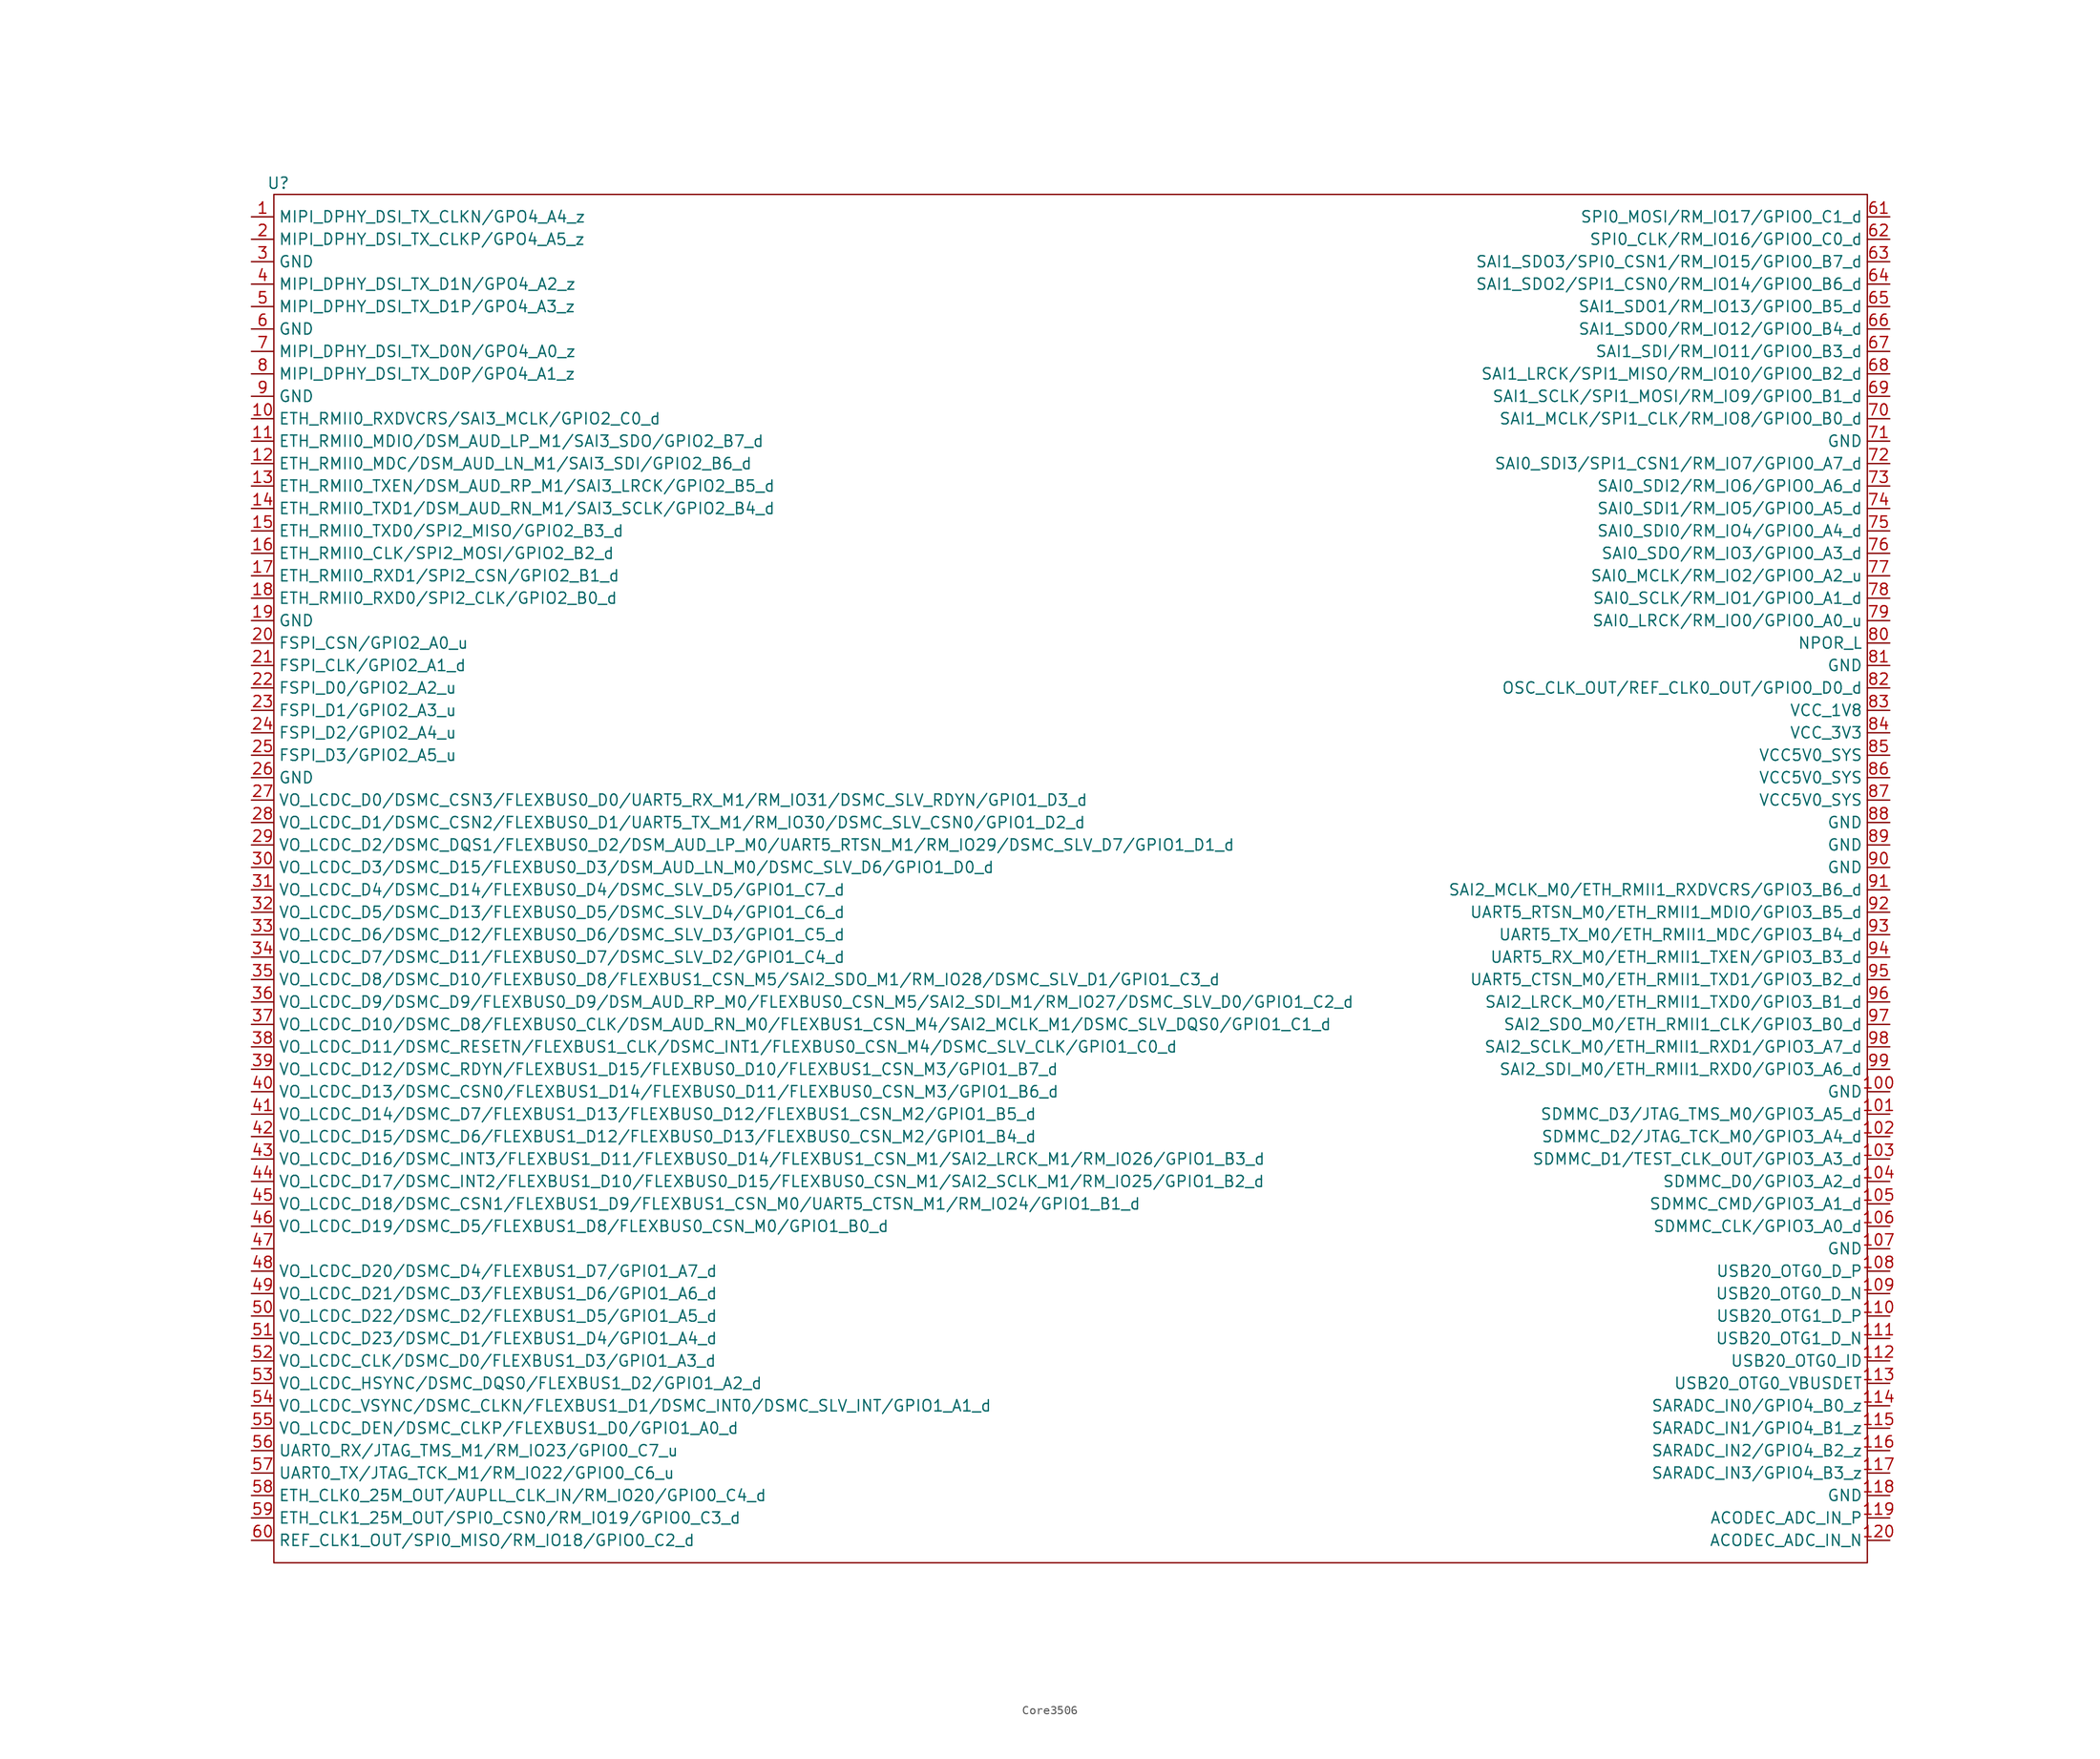
<source format=kicad_sym>
(kicad_symbol_lib
  (version 20241209)
  (generator "kicad_symbol_editor")
  (generator_version "9.0")
  (symbol "Core3506"
    (property "Reference" "U"
      (at 8.128 153.67 0)
      (effects (font (size 1.27 1.27))))
    (property "Value" ""
      (at 0 0 0)
      (effects (font (size 1.27 1.27))))
    (symbol "Core3506_0_0"
      (pin free line (at 5.08 149.86 0) (length 2.54) (name "MIPI_DPHY_DSI_TX_CLKN/GPO4_A4_z" (effects (font (size 1.27 1.27)))) (number "1" (effects (font (size 1.27 1.27)))))
      (pin free line (at 5.08 147.32 0) (length 2.54) (name "MIPI_DPHY_DSI_TX_CLKP/GPO4_A5_z" (effects (font (size 1.27 1.27)))) (number "2" (effects (font (size 1.27 1.27)))))
      (pin free line (at 5.08 144.78 0) (length 2.54) (name "GND" (effects (font (size 1.27 1.27)))) (number "3" (effects (font (size 1.27 1.27)))))
      (pin free line (at 5.08 142.24 0) (length 2.54) (name "MIPI_DPHY_DSI_TX_D1N/GPO4_A2_z" (effects (font (size 1.27 1.27)))) (number "4" (effects (font (size 1.27 1.27)))))
      (pin free line (at 5.08 139.7 0) (length 2.54) (name "MIPI_DPHY_DSI_TX_D1P/GPO4_A3_z" (effects (font (size 1.27 1.27)))) (number "5" (effects (font (size 1.27 1.27)))))
      (pin free line (at 5.08 137.16 0) (length 2.54) (name "GND" (effects (font (size 1.27 1.27)))) (number "6" (effects (font (size 1.27 1.27)))))
      (pin free line (at 5.08 134.62 0) (length 2.54) (name "MIPI_DPHY_DSI_TX_D0N/GPO4_A0_z" (effects (font (size 1.27 1.27)))) (number "7" (effects (font (size 1.27 1.27)))))
      (pin free line (at 5.08 132.08 0) (length 2.54) (name "MIPI_DPHY_DSI_TX_D0P/GPO4_A1_z" (effects (font (size 1.27 1.27)))) (number "8" (effects (font (size 1.27 1.27)))))
      (pin free line (at 5.08 129.54 0) (length 2.54) (name "GND" (effects (font (size 1.27 1.27)))) (number "9" (effects (font (size 1.27 1.27)))))
      (pin free line (at 5.08 127 0) (length 2.54) (name "ETH_RMII0_RXDVCRS/SAI3_MCLK/GPIO2_C0_d" (effects (font (size 1.27 1.27)))) (number "10" (effects (font (size 1.27 1.27)))))
      (pin free line (at 5.08 124.46 0) (length 2.54) (name "ETH_RMII0_MDIO/DSM_AUD_LP_M1/SAI3_SDO/GPIO2_B7_d" (effects (font (size 1.27 1.27)))) (number "11" (effects (font (size 1.27 1.27)))))
      (pin free line (at 5.08 121.92 0) (length 2.54) (name "ETH_RMII0_MDC/DSM_AUD_LN_M1/SAI3_SDI/GPIO2_B6_d" (effects (font (size 1.27 1.27)))) (number "12" (effects (font (size 1.27 1.27)))))
      (pin free line (at 5.08 119.38 0) (length 2.54) (name "ETH_RMII0_TXEN/DSM_AUD_RP_M1/SAI3_LRCK/GPIO2_B5_d" (effects (font (size 1.27 1.27)))) (number "13" (effects (font (size 1.27 1.27)))))
      (pin free line (at 5.08 116.84 0) (length 2.54) (name "ETH_RMII0_TXD1/DSM_AUD_RN_M1/SAI3_SCLK/GPIO2_B4_d" (effects (font (size 1.27 1.27)))) (number "14" (effects (font (size 1.27 1.27)))))
      (pin free line (at 5.08 114.3 0) (length 2.54) (name "ETH_RMII0_TXD0/SPI2_MISO/GPIO2_B3_d" (effects (font (size 1.27 1.27)))) (number "15" (effects (font (size 1.27 1.27)))))
      (pin free line (at 5.08 111.76 0) (length 2.54) (name "ETH_RMII0_CLK/SPI2_MOSI/GPIO2_B2_d" (effects (font (size 1.27 1.27)))) (number "16" (effects (font (size 1.27 1.27)))))
      (pin free line (at 5.08 109.22 0) (length 2.54) (name "ETH_RMII0_RXD1/SPI2_CSN/GPIO2_B1_d" (effects (font (size 1.27 1.27)))) (number "17" (effects (font (size 1.27 1.27)))))
      (pin free line (at 5.08 106.68 0) (length 2.54) (name "ETH_RMII0_RXD0/SPI2_CLK/GPIO2_B0_d" (effects (font (size 1.27 1.27)))) (number "18" (effects (font (size 1.27 1.27)))))
      (pin free line (at 5.08 104.14 0) (length 2.54) (name "GND" (effects (font (size 1.27 1.27)))) (number "19" (effects (font (size 1.27 1.27)))))
      (pin free line (at 5.08 101.6 0) (length 2.54) (name "FSPI_CSN/GPIO2_A0_u" (effects (font (size 1.27 1.27)))) (number "20" (effects (font (size 1.27 1.27)))))
      (pin free line (at 5.08 99.06 0) (length 2.54) (name "FSPI_CLK/GPIO2_A1_d" (effects (font (size 1.27 1.27)))) (number "21" (effects (font (size 1.27 1.27)))))
      (pin free line (at 5.08 96.52 0) (length 2.54) (name "FSPI_D0/GPIO2_A2_u" (effects (font (size 1.27 1.27)))) (number "22" (effects (font (size 1.27 1.27)))))
      (pin free line (at 5.08 93.98 0) (length 2.54) (name "FSPI_D1/GPIO2_A3_u" (effects (font (size 1.27 1.27)))) (number "23" (effects (font (size 1.27 1.27)))))
      (pin free line (at 5.08 91.44 0) (length 2.54) (name "FSPI_D2/GPIO2_A4_u" (effects (font (size 1.27 1.27)))) (number "24" (effects (font (size 1.27 1.27)))))
      (pin free line (at 5.08 88.9 0) (length 2.54) (name "FSPI_D3/GPIO2_A5_u" (effects (font (size 1.27 1.27)))) (number "25" (effects (font (size 1.27 1.27)))))
      (pin free line (at 5.08 86.36 0) (length 2.54) (name "GND" (effects (font (size 1.27 1.27)))) (number "26" (effects (font (size 1.27 1.27)))))
      (pin free line (at 5.08 83.82 0) (length 2.54) (name "VO_LCDC_D0/DSMC_CSN3/FLEXBUS0_D0/UART5_RX_M1/RM_IO31/DSMC_SLV_RDYN/GPIO1_D3_d" (effects (font (size 1.27 1.27)))) (number "27" (effects (font (size 1.27 1.27)))))
      (pin free line (at 5.08 81.28 0) (length 2.54) (name "VO_LCDC_D1/DSMC_CSN2/FLEXBUS0_D1/UART5_TX_M1/RM_IO30/DSMC_SLV_CSN0/GPIO1_D2_d" (effects (font (size 1.27 1.27)))) (number "28" (effects (font (size 1.27 1.27)))))
      (pin free line (at 5.08 78.74 0) (length 2.54) (name "VO_LCDC_D2/DSMC_DQS1/FLEXBUS0_D2/DSM_AUD_LP_M0/UART5_RTSN_M1/RM_IO29/DSMC_SLV_D7/GPIO1_D1_d" (effects (font (size 1.27 1.27)))) (number "29" (effects (font (size 1.27 1.27)))))
      (pin free line (at 5.08 76.2 0) (length 2.54) (name "VO_LCDC_D3/DSMC_D15/FLEXBUS0_D3/DSM_AUD_LN_M0/DSMC_SLV_D6/GPIO1_D0_d" (effects (font (size 1.27 1.27)))) (number "30" (effects (font (size 1.27 1.27)))))
      (pin free line (at 5.08 73.66 0) (length 2.54) (name "VO_LCDC_D4/DSMC_D14/FLEXBUS0_D4/DSMC_SLV_D5/GPIO1_C7_d" (effects (font (size 1.27 1.27)))) (number "31" (effects (font (size 1.27 1.27)))))
      (pin free line (at 5.08 71.12 0) (length 2.54) (name "VO_LCDC_D5/DSMC_D13/FLEXBUS0_D5/DSMC_SLV_D4/GPIO1_C6_d" (effects (font (size 1.27 1.27)))) (number "32" (effects (font (size 1.27 1.27)))))
      (pin free line (at 5.08 68.58 0) (length 2.54) (name "VO_LCDC_D6/DSMC_D12/FLEXBUS0_D6/DSMC_SLV_D3/GPIO1_C5_d" (effects (font (size 1.27 1.27)))) (number "33" (effects (font (size 1.27 1.27)))))
      (pin free line (at 5.08 66.04 0) (length 2.54) (name "VO_LCDC_D7/DSMC_D11/FLEXBUS0_D7/DSMC_SLV_D2/GPIO1_C4_d" (effects (font (size 1.27 1.27)))) (number "34" (effects (font (size 1.27 1.27)))))
      (pin free line (at 5.08 63.5 0) (length 2.54) (name "VO_LCDC_D8/DSMC_D10/FLEXBUS0_D8/FLEXBUS1_CSN_M5/SAI2_SDO_M1/RM_IO28/DSMC_SLV_D1/GPIO1_C3_d" (effects (font (size 1.27 1.27)))) (number "35" (effects (font (size 1.27 1.27)))))
      (pin free line (at 5.08 60.96 0) (length 2.54) (name "VO_LCDC_D9/DSMC_D9/FLEXBUS0_D9/DSM_AUD_RP_M0/FLEXBUS0_CSN_M5/SAI2_SDI_M1/RM_IO27/DSMC_SLV_D0/GPIO1_C2_d" (effects (font (size 1.27 1.27)))) (number "36" (effects (font (size 1.27 1.27)))))
      (pin free line (at 5.08 58.42 0) (length 2.54) (name "VO_LCDC_D10/DSMC_D8/FLEXBUS0_CLK/DSM_AUD_RN_M0/FLEXBUS1_CSN_M4/SAI2_MCLK_M1/DSMC_SLV_DQS0/GPIO1_C1_d" (effects (font (size 1.27 1.27)))) (number "37" (effects (font (size 1.27 1.27)))))
      (pin free line (at 5.08 55.88 0) (length 2.54) (name "VO_LCDC_D11/DSMC_RESETN/FLEXBUS1_CLK/DSMC_INT1/FLEXBUS0_CSN_M4/DSMC_SLV_CLK/GPIO1_C0_d" (effects (font (size 1.27 1.27)))) (number "38" (effects (font (size 1.27 1.27)))))
      (pin free line (at 5.08 53.34 0) (length 2.54) (name "VO_LCDC_D12/DSMC_RDYN/FLEXBUS1_D15/FLEXBUS0_D10/FLEXBUS1_CSN_M3/GPIO1_B7_d" (effects (font (size 1.27 1.27)))) (number "39" (effects (font (size 1.27 1.27)))))
      (pin free line (at 5.08 50.8 0) (length 2.54) (name "VO_LCDC_D13/DSMC_CSN0/FLEXBUS1_D14/FLEXBUS0_D11/FLEXBUS0_CSN_M3/GPIO1_B6_d" (effects (font (size 1.27 1.27)))) (number "40" (effects (font (size 1.27 1.27)))))
      (pin free line (at 5.08 48.26 0) (length 2.54) (name "VO_LCDC_D14/DSMC_D7/FLEXBUS1_D13/FLEXBUS0_D12/FLEXBUS1_CSN_M2/GPIO1_B5_d" (effects (font (size 1.27 1.27)))) (number "41" (effects (font (size 1.27 1.27)))))
      (pin free line (at 5.08 45.72 0) (length 2.54) (name "VO_LCDC_D15/DSMC_D6/FLEXBUS1_D12/FLEXBUS0_D13/FLEXBUS0_CSN_M2/GPIO1_B4_d" (effects (font (size 1.27 1.27)))) (number "42" (effects (font (size 1.27 1.27)))))
      (pin free line (at 5.08 43.18 0) (length 2.54) (name "VO_LCDC_D16/DSMC_INT3/FLEXBUS1_D11/FLEXBUS0_D14/FLEXBUS1_CSN_M1/SAI2_LRCK_M1/RM_IO26/GPIO1_B3_d" (effects (font (size 1.27 1.27)))) (number "43" (effects (font (size 1.27 1.27)))))
      (pin free line (at 5.08 40.64 0) (length 2.54) (name "VO_LCDC_D17/DSMC_INT2/FLEXBUS1_D10/FLEXBUS0_D15/FLEXBUS0_CSN_M1/SAI2_SCLK_M1/RM_IO25/GPIO1_B2_d" (effects (font (size 1.27 1.27)))) (number "44" (effects (font (size 1.27 1.27)))))
      (pin free line (at 5.08 38.1 0) (length 2.54) (name "VO_LCDC_D18/DSMC_CSN1/FLEXBUS1_D9/FLEXBUS1_CSN_M0/UART5_CTSN_M1/RM_IO24/GPIO1_B1_d" (effects (font (size 1.27 1.27)))) (number "45" (effects (font (size 1.27 1.27)))))
      (pin free line (at 5.08 35.56 0) (length 2.54) (name "VO_LCDC_D19/DSMC_D5/FLEXBUS1_D8/FLEXBUS0_CSN_M0/GPIO1_B0_d" (effects (font (size 1.27 1.27)))) (number "46" (effects (font (size 1.27 1.27)))))
      (pin free line (at 5.08 33.02 0) (length 2.54) (name "" (effects (font (size 1.27 1.27)))) (number "47" (effects (font (size 1.27 1.27)))))
      (pin free line (at 5.08 30.48 0) (length 2.54) (name "VO_LCDC_D20/DSMC_D4/FLEXBUS1_D7/GPIO1_A7_d" (effects (font (size 1.27 1.27)))) (number "48" (effects (font (size 1.27 1.27)))))
      (pin free line (at 5.08 27.94 0) (length 2.54) (name "VO_LCDC_D21/DSMC_D3/FLEXBUS1_D6/GPIO1_A6_d" (effects (font (size 1.27 1.27)))) (number "49" (effects (font (size 1.27 1.27)))))
      (pin free line (at 5.08 25.4 0) (length 2.54) (name "VO_LCDC_D22/DSMC_D2/FLEXBUS1_D5/GPIO1_A5_d" (effects (font (size 1.27 1.27)))) (number "50" (effects (font (size 1.27 1.27)))))
      (pin free line (at 5.08 22.86 0) (length 2.54) (name "VO_LCDC_D23/DSMC_D1/FLEXBUS1_D4/GPIO1_A4_d" (effects (font (size 1.27 1.27)))) (number "51" (effects (font (size 1.27 1.27)))))
      (pin free line (at 5.08 20.32 0) (length 2.54) (name "VO_LCDC_CLK/DSMC_D0/FLEXBUS1_D3/GPIO1_A3_d" (effects (font (size 1.27 1.27)))) (number "52" (effects (font (size 1.27 1.27)))))
      (pin free line (at 5.08 17.78 0) (length 2.54) (name "VO_LCDC_HSYNC/DSMC_DQS0/FLEXBUS1_D2/GPIO1_A2_d" (effects (font (size 1.27 1.27)))) (number "53" (effects (font (size 1.27 1.27)))))
      (pin free line (at 5.08 15.24 0) (length 2.54) (name "VO_LCDC_VSYNC/DSMC_CLKN/FLEXBUS1_D1/DSMC_INT0/DSMC_SLV_INT/GPIO1_A1_d" (effects (font (size 1.27 1.27)))) (number "54" (effects (font (size 1.27 1.27)))))
      (pin free line (at 5.08 12.7 0) (length 2.54) (name "VO_LCDC_DEN/DSMC_CLKP/FLEXBUS1_D0/GPIO1_A0_d" (effects (font (size 1.27 1.27)))) (number "55" (effects (font (size 1.27 1.27)))))
      (pin free line (at 5.08 10.16 0) (length 2.54) (name "UART0_RX/JTAG_TMS_M1/RM_IO23/GPIO0_C7_u" (effects (font (size 1.27 1.27)))) (number "56" (effects (font (size 1.27 1.27)))))
      (pin free line (at 5.08 7.62 0) (length 2.54) (name "UART0_TX/JTAG_TCK_M1/RM_IO22/GPIO0_C6_u" (effects (font (size 1.27 1.27)))) (number "57" (effects (font (size 1.27 1.27)))))
      (pin free line (at 5.08 5.08 0) (length 2.54) (name "ETH_CLK0_25M_OUT/AUPLL_CLK_IN/RM_IO20/GPIO0_C4_d" (effects (font (size 1.27 1.27)))) (number "58" (effects (font (size 1.27 1.27)))))
      (pin free line (at 5.08 2.54 0) (length 2.54) (name "ETH_CLK1_25M_OUT/SPI0_CSN0/RM_IO19/GPIO0_C3_d" (effects (font (size 1.27 1.27)))) (number "59" (effects (font (size 1.27 1.27)))))
      (pin free line (at 5.08 0 0) (length 2.54) (name "REF_CLK1_OUT/SPI0_MISO/RM_IO18/GPIO0_C2_d" (effects (font (size 1.27 1.27)))) (number "60" (effects (font (size 1.27 1.27)))))
      (pin free line (at 190.5 149.86 180) (length 2.54) (name "SPI0_MOSI/RM_IO17/GPIO0_C1_d" (effects (font (size 1.27 1.27)))) (number "61" (effects (font (size 1.27 1.27)))))
      (pin free line (at 190.5 147.32 180) (length 2.54) (name "SPI0_CLK/RM_IO16/GPIO0_C0_d" (effects (font (size 1.27 1.27)))) (number "62" (effects (font (size 1.27 1.27)))))
      (pin free line (at 190.5 144.78 180) (length 2.54) (name "SAI1_SDO3/SPI0_CSN1/RM_IO15/GPIO0_B7_d" (effects (font (size 1.27 1.27)))) (number "63" (effects (font (size 1.27 1.27)))))
      (pin free line (at 190.5 142.24 180) (length 2.54) (name "SAI1_SDO2/SPI1_CSN0/RM_IO14/GPIO0_B6_d" (effects (font (size 1.27 1.27)))) (number "64" (effects (font (size 1.27 1.27)))))
      (pin free line (at 190.5 139.7 180) (length 2.54) (name "SAI1_SDO1/RM_IO13/GPIO0_B5_d" (effects (font (size 1.27 1.27)))) (number "65" (effects (font (size 1.27 1.27)))))
      (pin free line (at 190.5 137.16 180) (length 2.54) (name "SAI1_SDO0/RM_IO12/GPIO0_B4_d" (effects (font (size 1.27 1.27)))) (number "66" (effects (font (size 1.27 1.27)))))
      (pin free line (at 190.5 134.62 180) (length 2.54) (name "SAI1_SDI/RM_IO11/GPIO0_B3_d" (effects (font (size 1.27 1.27)))) (number "67" (effects (font (size 1.27 1.27)))))
      (pin free line (at 190.5 132.08 180) (length 2.54) (name "SAI1_LRCK/SPI1_MISO/RM_IO10/GPIO0_B2_d" (effects (font (size 1.27 1.27)))) (number "68" (effects (font (size 1.27 1.27)))))
      (pin free line (at 190.5 129.54 180) (length 2.54) (name "SAI1_SCLK/SPI1_MOSI/RM_IO9/GPIO0_B1_d" (effects (font (size 1.27 1.27)))) (number "69" (effects (font (size 1.27 1.27)))))
      (pin free line (at 190.5 127 180) (length 2.54) (name "SAI1_MCLK/SPI1_CLK/RM_IO8/GPIO0_B0_d" (effects (font (size 1.27 1.27)))) (number "70" (effects (font (size 1.27 1.27)))))
      (pin free line (at 190.5 124.46 180) (length 2.54) (name "GND" (effects (font (size 1.27 1.27)))) (number "71" (effects (font (size 1.27 1.27)))))
      (pin free line (at 190.5 121.92 180) (length 2.54) (name "SAI0_SDI3/SPI1_CSN1/RM_IO7/GPIO0_A7_d" (effects (font (size 1.27 1.27)))) (number "72" (effects (font (size 1.27 1.27)))))
      (pin free line (at 190.5 119.38 180) (length 2.54) (name "SAI0_SDI2/RM_IO6/GPIO0_A6_d" (effects (font (size 1.27 1.27)))) (number "73" (effects (font (size 1.27 1.27)))))
      (pin free line (at 190.5 116.84 180) (length 2.54) (name "SAI0_SDI1/RM_IO5/GPIO0_A5_d" (effects (font (size 1.27 1.27)))) (number "74" (effects (font (size 1.27 1.27)))))
      (pin free line (at 190.5 114.3 180) (length 2.54) (name "SAI0_SDI0/RM_IO4/GPIO0_A4_d" (effects (font (size 1.27 1.27)))) (number "75" (effects (font (size 1.27 1.27)))))
      (pin free line (at 190.5 111.76 180) (length 2.54) (name "SAI0_SDO/RM_IO3/GPIO0_A3_d" (effects (font (size 1.27 1.27)))) (number "76" (effects (font (size 1.27 1.27)))))
      (pin free line (at 190.5 109.22 180) (length 2.54) (name "SAI0_MCLK/RM_IO2/GPIO0_A2_u" (effects (font (size 1.27 1.27)))) (number "77" (effects (font (size 1.27 1.27)))))
      (pin free line (at 190.5 106.68 180) (length 2.54) (name "SAI0_SCLK/RM_IO1/GPIO0_A1_d" (effects (font (size 1.27 1.27)))) (number "78" (effects (font (size 1.27 1.27)))))
      (pin free line (at 190.5 104.14 180) (length 2.54) (name "SAI0_LRCK/RM_IO0/GPIO0_A0_u" (effects (font (size 1.27 1.27)))) (number "79" (effects (font (size 1.27 1.27)))))
      (pin free line (at 190.5 101.6 180) (length 2.54) (name "NPOR_L" (effects (font (size 1.27 1.27)))) (number "80" (effects (font (size 1.27 1.27)))))
      (pin free line (at 190.5 99.06 180) (length 2.54) (name "GND" (effects (font (size 1.27 1.27)))) (number "81" (effects (font (size 1.27 1.27)))))
      (pin free line (at 190.5 96.52 180) (length 2.54) (name "OSC_CLK_OUT/REF_CLK0_OUT/GPIO0_D0_d" (effects (font (size 1.27 1.27)))) (number "82" (effects (font (size 1.27 1.27)))))
      (pin free line (at 190.5 93.98 180) (length 2.54) (name "VCC_1V8" (effects (font (size 1.27 1.27)))) (number "83" (effects (font (size 1.27 1.27)))))
      (pin free line (at 190.5 91.44 180) (length 2.54) (name "VCC_3V3" (effects (font (size 1.27 1.27)))) (number "84" (effects (font (size 1.27 1.27)))))
      (pin free line (at 190.5 88.9 180) (length 2.54) (name "VCC5V0_SYS" (effects (font (size 1.27 1.27)))) (number "85" (effects (font (size 1.27 1.27)))))
      (pin free line (at 190.5 86.36 180) (length 2.54) (name "VCC5V0_SYS" (effects (font (size 1.27 1.27)))) (number "86" (effects (font (size 1.27 1.27)))))
      (pin free line (at 190.5 83.82 180) (length 2.54) (name "VCC5V0_SYS" (effects (font (size 1.27 1.27)))) (number "87" (effects (font (size 1.27 1.27)))))
      (pin free line (at 190.5 81.28 180) (length 2.54) (name "GND" (effects (font (size 1.27 1.27)))) (number "88" (effects (font (size 1.27 1.27)))))
      (pin free line (at 190.5 78.74 180) (length 2.54) (name "GND" (effects (font (size 1.27 1.27)))) (number "89" (effects (font (size 1.27 1.27)))))
      (pin free line (at 190.5 76.2 180) (length 2.54) (name "GND" (effects (font (size 1.27 1.27)))) (number "90" (effects (font (size 1.27 1.27)))))
      (pin free line (at 190.5 73.66 180) (length 2.54) (name "SAI2_MCLK_M0/ETH_RMII1_RXDVCRS/GPIO3_B6_d" (effects (font (size 1.27 1.27)))) (number "91" (effects (font (size 1.27 1.27)))))
      (pin free line (at 190.5 71.12 180) (length 2.54) (name "UART5_RTSN_M0/ETH_RMII1_MDIO/GPIO3_B5_d" (effects (font (size 1.27 1.27)))) (number "92" (effects (font (size 1.27 1.27)))))
      (pin free line (at 190.5 68.58 180) (length 2.54) (name "UART5_TX_M0/ETH_RMII1_MDC/GPIO3_B4_d" (effects (font (size 1.27 1.27)))) (number "93" (effects (font (size 1.27 1.27)))))
      (pin free line (at 190.5 66.04 180) (length 2.54) (name "UART5_RX_M0/ETH_RMII1_TXEN/GPIO3_B3_d" (effects (font (size 1.27 1.27)))) (number "94" (effects (font (size 1.27 1.27)))))
      (pin free line (at 190.5 63.5 180) (length 2.54) (name "UART5_CTSN_M0/ETH_RMII1_TXD1/GPIO3_B2_d" (effects (font (size 1.27 1.27)))) (number "95" (effects (font (size 1.27 1.27)))))
      (pin free line (at 190.5 60.96 180) (length 2.54) (name "SAI2_LRCK_M0/ETH_RMII1_TXD0/GPIO3_B1_d" (effects (font (size 1.27 1.27)))) (number "96" (effects (font (size 1.27 1.27)))))
      (pin free line (at 190.5 58.42 180) (length 2.54) (name "SAI2_SDO_M0/ETH_RMII1_CLK/GPIO3_B0_d" (effects (font (size 1.27 1.27)))) (number "97" (effects (font (size 1.27 1.27)))))
      (pin free line (at 190.5 55.88 180) (length 2.54) (name "SAI2_SCLK_M0/ETH_RMII1_RXD1/GPIO3_A7_d" (effects (font (size 1.27 1.27)))) (number "98" (effects (font (size 1.27 1.27)))))
      (pin free line (at 190.5 53.34 180) (length 2.54) (name "SAI2_SDI_M0/ETH_RMII1_RXD0/GPIO3_A6_d" (effects (font (size 1.27 1.27)))) (number "99" (effects (font (size 1.27 1.27)))))
      (pin free line (at 190.5 50.8 180) (length 2.54) (name "GND" (effects (font (size 1.27 1.27)))) (number "100" (effects (font (size 1.27 1.27)))))
      (pin free line (at 190.5 48.26 180) (length 2.54) (name "SDMMC_D3/JTAG_TMS_M0/GPIO3_A5_d" (effects (font (size 1.27 1.27)))) (number "101" (effects (font (size 1.27 1.27)))))
      (pin free line (at 190.5 45.72 180) (length 2.54) (name "SDMMC_D2/JTAG_TCK_M0/GPIO3_A4_d" (effects (font (size 1.27 1.27)))) (number "102" (effects (font (size 1.27 1.27)))))
      (pin free line (at 190.5 43.18 180) (length 2.54) (name "SDMMC_D1/TEST_CLK_OUT/GPIO3_A3_d" (effects (font (size 1.27 1.27)))) (number "103" (effects (font (size 1.27 1.27)))))
      (pin free line (at 190.5 40.64 180) (length 2.54) (name "SDMMC_D0/GPIO3_A2_d" (effects (font (size 1.27 1.27)))) (number "104" (effects (font (size 1.27 1.27)))))
      (pin free line (at 190.5 38.1 180) (length 2.54) (name "SDMMC_CMD/GPIO3_A1_d" (effects (font (size 1.27 1.27)))) (number "105" (effects (font (size 1.27 1.27)))))
      (pin free line (at 190.5 35.56 180) (length 2.54) (name "SDMMC_CLK/GPIO3_A0_d" (effects (font (size 1.27 1.27)))) (number "106" (effects (font (size 1.27 1.27)))))
      (pin free line (at 190.5 33.02 180) (length 2.54) (name "GND" (effects (font (size 1.27 1.27)))) (number "107" (effects (font (size 1.27 1.27)))))
      (pin free line (at 190.5 30.48 180) (length 2.54) (name "USB20_OTG0_D_P" (effects (font (size 1.27 1.27)))) (number "108" (effects (font (size 1.27 1.27)))))
      (pin free line (at 190.5 27.94 180) (length 2.54) (name "USB20_OTG0_D_N" (effects (font (size 1.27 1.27)))) (number "109" (effects (font (size 1.27 1.27)))))
      (pin free line (at 190.5 25.4 180) (length 2.54) (name "USB20_OTG1_D_P" (effects (font (size 1.27 1.27)))) (number "110" (effects (font (size 1.27 1.27)))))
      (pin free line (at 190.5 22.86 180) (length 2.54) (name "USB20_OTG1_D_N" (effects (font (size 1.27 1.27)))) (number "111" (effects (font (size 1.27 1.27)))))
      (pin free line (at 190.5 20.32 180) (length 2.54) (name "USB20_OTG0_ID" (effects (font (size 1.27 1.27)))) (number "112" (effects (font (size 1.27 1.27)))))
      (pin free line (at 190.5 17.78 180) (length 2.54) (name "USB20_OTG0_VBUSDET" (effects (font (size 1.27 1.27)))) (number "113" (effects (font (size 1.27 1.27)))))
      (pin free line (at 190.5 15.24 180) (length 2.54) (name "SARADC_IN0/GPIO4_B0_z" (effects (font (size 1.27 1.27)))) (number "114" (effects (font (size 1.27 1.27)))))
      (pin free line (at 190.5 12.7 180) (length 2.54) (name "SARADC_IN1/GPIO4_B1_z" (effects (font (size 1.27 1.27)))) (number "115" (effects (font (size 1.27 1.27)))))
      (pin free line (at 190.5 10.16 180) (length 2.54) (name "SARADC_IN2/GPIO4_B2_z" (effects (font (size 1.27 1.27)))) (number "116" (effects (font (size 1.27 1.27)))))
      (pin free line (at 190.5 7.62 180) (length 2.54) (name "SARADC_IN3/GPIO4_B3_z" (effects (font (size 1.27 1.27)))) (number "117" (effects (font (size 1.27 1.27)))))
      (pin free line (at 190.5 5.08 180) (length 2.54) (name "GND" (effects (font (size 1.27 1.27)))) (number "118" (effects (font (size 1.27 1.27)))))
      (pin free line (at 190.5 2.54 180) (length 2.54) (name "ACODEC_ADC_IN_P" (effects (font (size 1.27 1.27)))) (number "119" (effects (font (size 1.27 1.27)))))
      (pin free line (at 190.5 0 180) (length 2.54) (name "ACODEC_ADC_IN_N" (effects (font (size 1.27 1.27)))) (number "120" (effects (font (size 1.27 1.27))))))
    (symbol "Core3506_0_1"
      (rectangle (start 7.62 152.4) (end 187.96 -2.54) (stroke (width 0) (type default)) (fill (type none))))))
</source>
